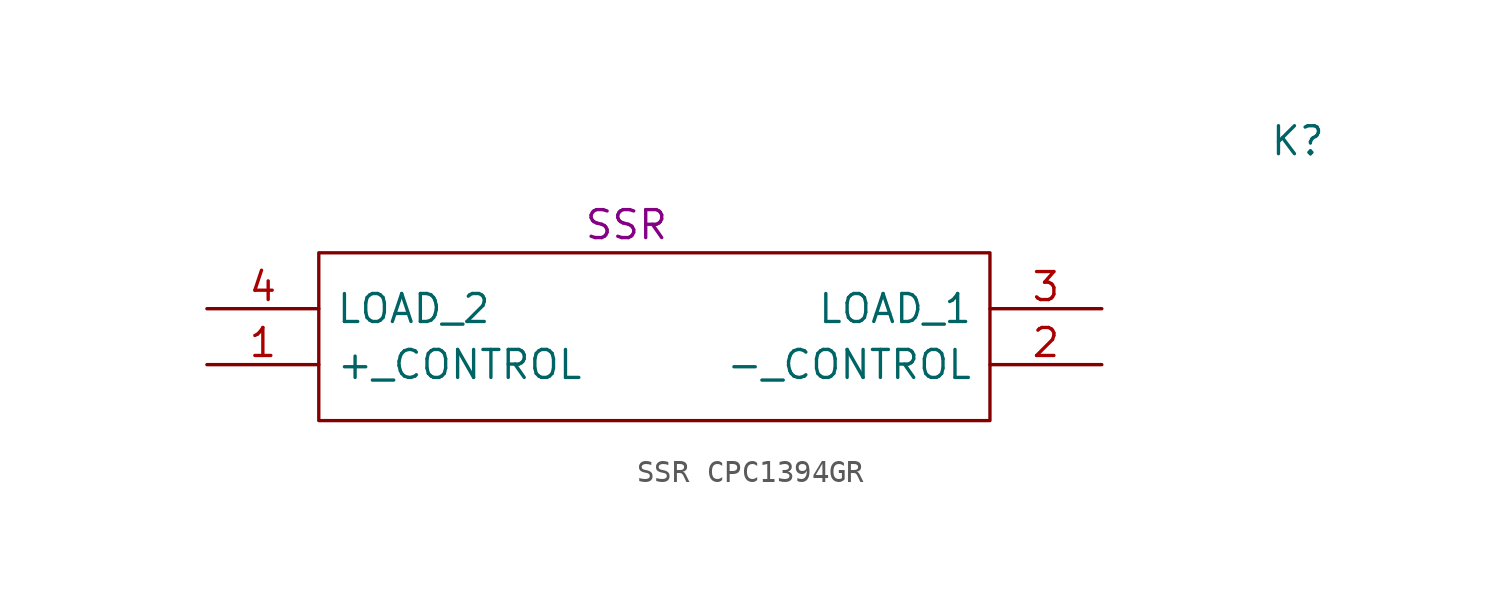
<source format=kicad_sym>
(kicad_symbol_lib
  (version 20211014)
  (generator kicad_symbol_editor)
  (symbol "SSR CPC1394GR"
    (pin_names
      (offset 0.762))
    (property "Reference" "K"
      (at 48.26 7.62 0)
      (effects (font (size 1.27 1.27)) (justify left)))
    (property "Render Name" "SSR"
      (at 19.05 3.81 0)
      (effects (font (size 1.27 1.27))))
    (symbol "SSR CPC1394GR_0_0"
      (pin passive line (at 0 -2.54 0) (length 5.08) (name "+_CONTROL" (effects (font (size 1.27 1.27)))) (number "1" (effects (font (size 1.27 1.27)))))
      (pin passive line (at 40.64 -2.54 180) (length 5.08) (name "-_CONTROL" (effects (font (size 1.27 1.27)))) (number "2" (effects (font (size 1.27 1.27)))))
      (pin passive line (at 40.64 0 180) (length 5.08) (name "LOAD_1" (effects (font (size 1.27 1.27)))) (number "3" (effects (font (size 1.27 1.27)))))
      (pin passive line (at 0 0 0) (length 5.08) (name "LOAD_2" (effects (font (size 1.27 1.27)))) (number "4" (effects (font (size 1.27 1.27))))))
    (symbol "SSR CPC1394GR_0_1"
      (polyline (pts (xy 5.08 2.54) (xy 35.56 2.54) (xy 35.56 -5.08) (xy 5.08 -5.08) (xy 5.08 2.54)) (stroke (width 0.152) (type default) (color 0 0 0 0)) (fill (type none))))))
</source>
